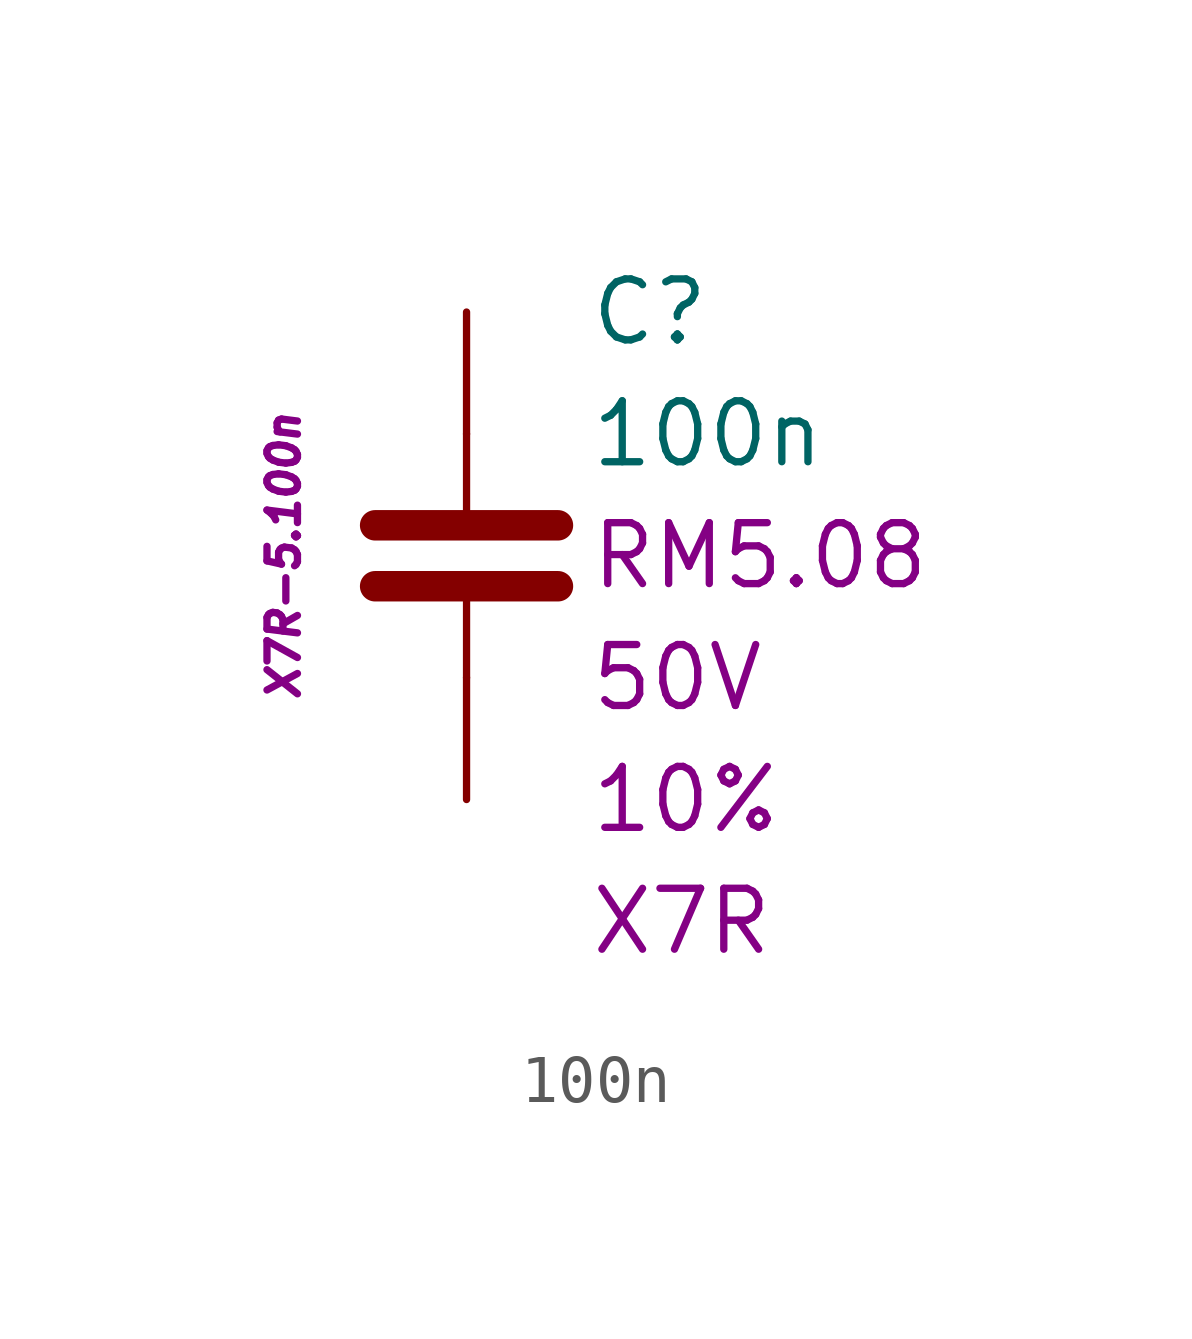
<source format=kicad_sym>
(kicad_symbol_lib
  (version 20231120)
  (generator "kicad_symbol_editor")
  (generator_version "8.0")
  (symbol "100n"
    (pin_numbers hide)
    (pin_names
      (offset 1.016) hide)
    (property "Reference" "C"
      (at 2.54 5.08 0)
      (effects (font (size 1.27 1.27)) (justify left)))
    (property "Value" "100n"
      (at 2.54 2.54 0)
      (effects (font (size 1.27 1.27)) (justify left)))
    (property "Package" "RM5.08"
      (at 2.54 0 0)
      (effects (font (size 1.27 1.27)) (justify left)))
    (property "Voltage" "50V"
      (at 2.54 -2.54 0)
      (effects (font (size 1.27 1.27)) (justify left)))
    (property "Tolerance" "10%"
      (at 2.54 -5.08 0)
      (effects (font (size 1.27 1.27)) (justify left)))
    (property "Dielectric" "X7R"
      (at 2.54 -7.62 0)
      (effects (font (size 1.27 1.27)) (justify left)))
    (property "MPN" "X7R-5.100n"
      (at -3.81 0 90)
      (effects (font (size 0.635 0.635) (italic yes))))
    (symbol "100n_0_1"
      (polyline (pts (xy -1.905 -0.635) (xy 1.905 -0.635)) (stroke (width 0.635) (type default)) (fill (type none)))
      (polyline (pts (xy -1.905 0.635) (xy 1.905 0.635)) (stroke (width 0.635) (type default)) (fill (type none)))
      (polyline (pts (xy 0 -2.54) (xy 0 -0.635)) (stroke (width 0.152) (type default)) (fill (type none)))
      (polyline (pts (xy 0 0.635) (xy 0 2.54)) (stroke (width 0.152) (type default)) (fill (type none))))
    (symbol "100n_1_1"
      (pin passive line (at 0 5.08 270) (length 2.54) (name "~" (effects (font (size 1.778 1.778)))) (number "1" (effects (font (size 1.778 1.778)))))
      (pin passive line (at 0 -5.08 90) (length 2.54) (name "~" (effects (font (size 1.778 1.778)))) (number "2" (effects (font (size 1.778 1.778))))))))
</source>
